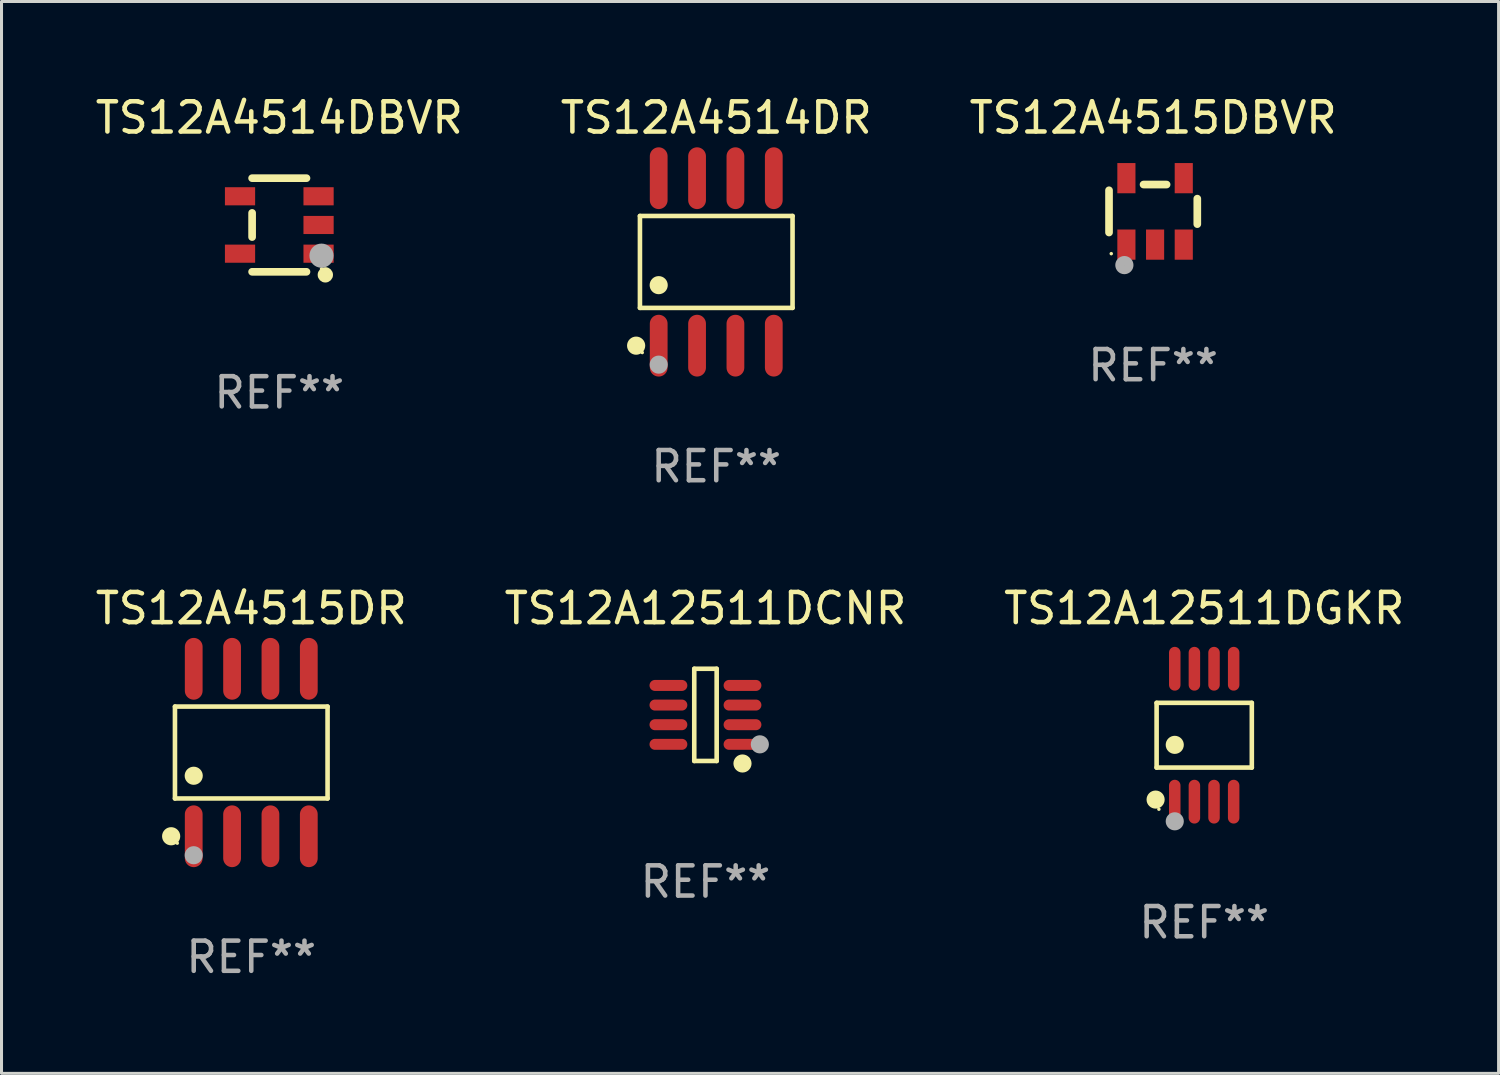
<source format=kicad_pcb>
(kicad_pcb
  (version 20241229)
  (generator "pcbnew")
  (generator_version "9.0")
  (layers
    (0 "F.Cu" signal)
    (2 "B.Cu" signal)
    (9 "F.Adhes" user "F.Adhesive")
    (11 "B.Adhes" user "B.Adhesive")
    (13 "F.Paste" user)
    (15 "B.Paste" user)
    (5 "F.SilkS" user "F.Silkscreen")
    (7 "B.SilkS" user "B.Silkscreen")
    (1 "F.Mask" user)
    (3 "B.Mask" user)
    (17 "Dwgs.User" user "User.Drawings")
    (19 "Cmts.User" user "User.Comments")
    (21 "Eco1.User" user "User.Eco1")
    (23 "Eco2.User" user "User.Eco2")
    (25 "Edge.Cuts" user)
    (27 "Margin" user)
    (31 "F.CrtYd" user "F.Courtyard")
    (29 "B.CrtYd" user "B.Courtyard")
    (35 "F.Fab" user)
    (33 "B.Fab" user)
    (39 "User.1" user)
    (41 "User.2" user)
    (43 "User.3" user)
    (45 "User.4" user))
  (footprint "TS12A4514DR"
    (layer "F.Cu")
    (at 20.661 5.621)
    (property "Reference" "TS12A4514DR" (at 0 -4.772 0) (layer "F.SilkS") (effects (font (size 1 1) (thickness 0.15))))
    (attr through_hole)
    (fp_line (start -2.526 -1.521) (end 2.526 -1.521) (stroke (width 0.152) (type solid)) (layer "F.SilkS"))
    (fp_line (start -2.526 1.521) (end -2.526 -1.521) (stroke (width 0.152) (type solid)) (layer "F.SilkS"))
    (fp_line (start 2.526 -1.521) (end 2.526 1.521) (stroke (width 0.152) (type solid)) (layer "F.SilkS"))
    (fp_line (start 2.526 1.521) (end -2.526 1.521) (stroke (width 0.152) (type solid)) (layer "F.SilkS"))
    (fp_circle (center -2.652 2.772) (end -2.501 2.772) (stroke (width 0.3) (type solid)) (fill no) (layer "F.SilkS"))
    (fp_circle (center -2.45 3) (end -2.42 3) (stroke (width 0.06) (type solid)) (fill no) (layer "F.SilkS"))
    (fp_circle (center -1.905 0.769) (end -1.755 0.769) (stroke (width 0.3) (type solid)) (fill no) (layer "F.SilkS"))
    (fp_circle (center -1.905 3.4) (end -1.755 3.4) (stroke (width 0.3) (type solid)) (fill no) (layer "F.Fab"))
    (fp_text user "REF**" (at 0 6.772 0) (layer "F.Fab") (effects (font (size 1 1) (thickness 0.15))))
    (pad "1" smd oval (at -1.905 2.772) (size 0.588 2.045) (layers "F.Cu" "F.Mask" "F.Paste"))
    (pad "2" smd oval (at -0.635 2.772) (size 0.588 2.045) (layers "F.Cu" "F.Mask" "F.Paste"))
    (pad "3" smd oval (at 0.635 2.772) (size 0.588 2.045) (layers "F.Cu" "F.Mask" "F.Paste"))
    (pad "4" smd oval (at 1.905 2.772) (size 0.588 2.045) (layers "F.Cu" "F.Mask" "F.Paste"))
    (pad "5" smd oval (at 1.905 -2.772) (size 0.588 2.045) (layers "F.Cu" "F.Mask" "F.Paste"))
    (pad "6" smd oval (at 0.635 -2.772) (size 0.588 2.045) (layers "F.Cu" "F.Mask" "F.Paste"))
    (pad "7" smd oval (at -0.635 -2.772) (size 0.588 2.045) (layers "F.Cu" "F.Mask" "F.Paste"))
    (pad "8" smd oval (at -1.905 -2.772) (size 0.588 2.045) (layers "F.Cu" "F.Mask" "F.Paste")))
  (footprint "TS12A12511DCNR"
    (layer "F.Cu")
    (at 20.304 20.616)
    (property "Reference" "TS12A12511DCNR" (at 0 -3.526 0) (layer "F.SilkS") (effects (font (size 1 1) (thickness 0.15))))
    (attr through_hole)
    (fp_line (start -0.371 -1.526) (end 0.371 -1.526) (stroke (width 0.152) (type solid)) (layer "F.SilkS"))
    (fp_line (start -0.371 1.526) (end -0.371 -1.526) (stroke (width 0.152) (type solid)) (layer "F.SilkS"))
    (fp_line (start 0.371 -1.526) (end 0.371 1.526) (stroke (width 0.152) (type solid)) (layer "F.SilkS"))
    (fp_line (start 0.371 1.526) (end -0.371 1.526) (stroke (width 0.152) (type solid)) (layer "F.SilkS"))
    (fp_circle (center 1.226 1.609) (end 1.376 1.609) (stroke (width 0.3) (type solid)) (fill no) (layer "F.SilkS"))
    (fp_circle (center 1.4 1.45) (end 1.43 1.45) (stroke (width 0.06) (type solid)) (fill no) (layer "F.SilkS"))
    (fp_circle (center 1.8 0.975) (end 1.95 0.975) (stroke (width 0.3) (type solid)) (fill no) (layer "F.Fab"))
    (fp_text user "REF**" (at 0 5.526 0) (layer "F.Fab") (effects (font (size 1 1) (thickness 0.15))))
    (pad "1" smd oval (at 1.226 0.975) (size 1.252 0.364) (layers "F.Cu" "F.Mask" "F.Paste"))
    (pad "2" smd oval (at 1.226 0.325) (size 1.252 0.364) (layers "F.Cu" "F.Mask" "F.Paste"))
    (pad "3" smd oval (at 1.226 -0.325) (size 1.252 0.364) (layers "F.Cu" "F.Mask" "F.Paste"))
    (pad "4" smd oval (at 1.226 -0.975) (size 1.252 0.364) (layers "F.Cu" "F.Mask" "F.Paste"))
    (pad "5" smd oval (at -1.226 -0.975) (size 1.252 0.364) (layers "F.Cu" "F.Mask" "F.Paste"))
    (pad "6" smd oval (at -1.226 -0.325) (size 1.252 0.364) (layers "F.Cu" "F.Mask" "F.Paste"))
    (pad "7" smd oval (at -1.226 0.325) (size 1.252 0.364) (layers "F.Cu" "F.Mask" "F.Paste"))
    (pad "8" smd oval (at -1.226 0.975) (size 1.252 0.364) (layers "F.Cu" "F.Mask" "F.Paste")))
  (footprint "TS12A4514DBVR"
    (layer "F.Cu")
    (at 6.196 4.398)
    (property "Reference" "TS12A4514DBVR" (at 0 -3.55 0) (layer "F.SilkS") (effects (font (size 1 1) (thickness 0.15))))
    (attr through_hole)
    (fp_line (start -0.9 -1.55) (end 0.9 -1.55) (stroke (width 0.254) (type solid)) (layer "F.SilkS"))
    (fp_line (start -0.9 0.4) (end -0.9 -0.4) (stroke (width 0.254) (type solid)) (layer "F.SilkS"))
    (fp_line (start -0.9 1.55) (end 0.9 1.55) (stroke (width 0.254) (type solid)) (layer "F.SilkS"))
    (fp_circle (center 1.4 1.45) (end 1.43 1.45) (stroke (width 0.06) (type solid)) (fill no) (layer "F.SilkS"))
    (fp_circle (center 1.524 1.651) (end 1.651 1.651) (stroke (width 0.254) (type solid)) (fill no) (layer "F.SilkS"))
    (fp_circle (center 1.397 1.016) (end 1.597 1.016) (stroke (width 0.4) (type solid)) (fill no) (layer "F.Fab"))
    (fp_text user "REF**" (at 0 5.55 0) (layer "F.Fab") (effects (font (size 1 1) (thickness 0.15))))
    (pad "1" smd rect (at 1.3 0.95) (size 1 0.6) (layers "F.Cu" "F.Mask" "F.Paste"))
    (pad "2" smd rect (at 1.3 -0.000051) (size 1 0.6) (layers "F.Cu" "F.Mask" "F.Paste"))
    (pad "3" smd rect (at 1.3 -0.95) (size 1 0.6) (layers "F.Cu" "F.Mask" "F.Paste"))
    (pad "4" smd rect (at -1.3 -0.95) (size 1 0.6) (layers "F.Cu" "F.Mask" "F.Paste"))
    (pad "5" smd rect (at -1.3 0.95) (size 1 0.6) (layers "F.Cu" "F.Mask" "F.Paste")))
  (footprint "TS12A4515DR"
    (layer "F.Cu")
    (at 5.268 21.862)
    (property "Reference" "TS12A4515DR" (at 0 -4.772 0) (layer "F.SilkS") (effects (font (size 1 1) (thickness 0.15))))
    (attr through_hole)
    (fp_line (start -2.526 -1.521) (end 2.526 -1.521) (stroke (width 0.152) (type solid)) (layer "F.SilkS"))
    (fp_line (start -2.526 1.521) (end -2.526 -1.521) (stroke (width 0.152) (type solid)) (layer "F.SilkS"))
    (fp_line (start 2.526 -1.521) (end 2.526 1.521) (stroke (width 0.152) (type solid)) (layer "F.SilkS"))
    (fp_line (start 2.526 1.521) (end -2.526 1.521) (stroke (width 0.152) (type solid)) (layer "F.SilkS"))
    (fp_circle (center -2.652 2.772) (end -2.501 2.772) (stroke (width 0.3) (type solid)) (fill no) (layer "F.SilkS"))
    (fp_circle (center -2.45 3) (end -2.42 3) (stroke (width 0.06) (type solid)) (fill no) (layer "F.SilkS"))
    (fp_circle (center -1.905 0.769) (end -1.755 0.769) (stroke (width 0.3) (type solid)) (fill no) (layer "F.SilkS"))
    (fp_circle (center -1.905 3.4) (end -1.755 3.4) (stroke (width 0.3) (type solid)) (fill no) (layer "F.Fab"))
    (fp_text user "REF**" (at 0 6.772 0) (layer "F.Fab") (effects (font (size 1 1) (thickness 0.15))))
    (pad "1" smd oval (at -1.905 2.772) (size 0.588 2.045) (layers "F.Cu" "F.Mask" "F.Paste"))
    (pad "2" smd oval (at -0.635 2.772) (size 0.588 2.045) (layers "F.Cu" "F.Mask" "F.Paste"))
    (pad "3" smd oval (at 0.635 2.772) (size 0.588 2.045) (layers "F.Cu" "F.Mask" "F.Paste"))
    (pad "4" smd oval (at 1.905 2.772) (size 0.588 2.045) (layers "F.Cu" "F.Mask" "F.Paste"))
    (pad "5" smd oval (at 1.905 -2.772) (size 0.588 2.045) (layers "F.Cu" "F.Mask" "F.Paste"))
    (pad "6" smd oval (at 0.635 -2.772) (size 0.588 2.045) (layers "F.Cu" "F.Mask" "F.Paste"))
    (pad "7" smd oval (at -0.635 -2.772) (size 0.588 2.045) (layers "F.Cu" "F.Mask" "F.Paste"))
    (pad "8" smd oval (at -1.905 -2.772) (size 0.588 2.045) (layers "F.Cu" "F.Mask" "F.Paste")))
  (footprint "TS12A12511DGKR"
    (layer "F.Cu")
    (at 36.815 21.289)
    (property "Reference" "TS12A12511DGKR" (at 0 -4.2 0) (layer "F.SilkS") (effects (font (size 1 1) (thickness 0.15))))
    (attr through_hole)
    (fp_line (start -1.576 -1.071) (end 1.576 -1.071) (stroke (width 0.152) (type solid)) (layer "F.SilkS"))
    (fp_line (start -1.576 1.071) (end -1.576 -1.071) (stroke (width 0.152) (type solid)) (layer "F.SilkS"))
    (fp_line (start 1.576 -1.071) (end 1.576 1.071) (stroke (width 0.152) (type solid)) (layer "F.SilkS"))
    (fp_line (start 1.576 1.071) (end -1.576 1.071) (stroke (width 0.152) (type solid)) (layer "F.SilkS"))
    (fp_circle (center -1.609 2.131) (end -1.459 2.131) (stroke (width 0.3) (type solid)) (fill no) (layer "F.SilkS"))
    (fp_circle (center -1.5 2.45) (end -1.47 2.45) (stroke (width 0.06) (type solid)) (fill no) (layer "F.SilkS"))
    (fp_circle (center -0.975 0.319) (end -0.825 0.319) (stroke (width 0.3) (type solid)) (fill no) (layer "F.SilkS"))
    (fp_circle (center -0.975 2.85) (end -0.825 2.85) (stroke (width 0.3) (type solid)) (fill no) (layer "F.Fab"))
    (fp_text user "REF**" (at 0 6.2 0) (layer "F.Fab") (effects (font (size 1 1) (thickness 0.15))))
    (pad "1" smd oval (at -0.975 2.2) (size 0.38 1.45) (layers "F.Cu" "F.Mask" "F.Paste"))
    (pad "2" smd oval (at -0.325 2.2) (size 0.38 1.45) (layers "F.Cu" "F.Mask" "F.Paste"))
    (pad "3" smd oval (at 0.325 2.2) (size 0.38 1.45) (layers "F.Cu" "F.Mask" "F.Paste"))
    (pad "4" smd oval (at 0.975 2.2) (size 0.38 1.45) (layers "F.Cu" "F.Mask" "F.Paste"))
    (pad "5" smd oval (at 0.975 -2.2) (size 0.38 1.45) (layers "F.Cu" "F.Mask" "F.Paste"))
    (pad "6" smd oval (at 0.325 -2.2) (size 0.38 1.45) (layers "F.Cu" "F.Mask" "F.Paste"))
    (pad "7" smd oval (at -0.325 -2.2) (size 0.38 1.45) (layers "F.Cu" "F.Mask" "F.Paste"))
    (pad "8" smd oval (at -0.975 -2.2) (size 0.38 1.45) (layers "F.Cu" "F.Mask" "F.Paste")))
  (footprint "TS12A4515DBVR"
    (layer "F.Cu")
    (at 35.125 3.948)
    (property "Reference" "TS12A4515DBVR" (at 0 -3.1 0) (layer "F.SilkS") (effects (font (size 1 1) (thickness 0.15))))
    (attr through_hole)
    (fp_line (start -1.461 -0.699) (end -1.461 0.699) (stroke (width 0.254) (type solid)) (layer "F.SilkS"))
    (fp_line (start -0.318 -0.889) (end 0.445 -0.889) (stroke (width 0.254) (type solid)) (layer "F.SilkS"))
    (fp_line (start 1.461 -0.422) (end 1.461 0.422) (stroke (width 0.254) (type solid)) (layer "F.SilkS"))
    (fp_circle (center -1.387 1.4) (end -1.357 1.4) (stroke (width 0.06) (type solid)) (fill no) (layer "F.SilkS"))
    (fp_circle (center -0.953 1.778) (end -0.802 1.778) (stroke (width 0.3) (type solid)) (fill no) (layer "F.Fab"))
    (fp_text user "REF**" (at 0 5.1 0) (layer "F.Fab") (effects (font (size 1 1) (thickness 0.15))))
    (pad "1" smd rect (at -0.886 1.1) (size 0.6 1) (layers "F.Cu" "F.Mask" "F.Paste"))
    (pad "2" smd rect (at 0.064 1.1) (size 0.6 1) (layers "F.Cu" "F.Mask" "F.Paste"))
    (pad "3" smd rect (at 1.013 1.1) (size 0.6 1) (layers "F.Cu" "F.Mask" "F.Paste"))
    (pad "4" smd rect (at 1.013 -1.1) (size 0.6 1) (layers "F.Cu" "F.Mask" "F.Paste"))
    (pad "5" smd rect (at -0.886 -1.1) (size 0.6 1) (layers "F.Cu" "F.Mask" "F.Paste")))
  (gr_rect
    (start -3 -3)
    (end 46.56 32.483)
    (stroke (width 0.1) (type default))
    (fill no)
    (layer "Edge.Cuts")))
</source>
